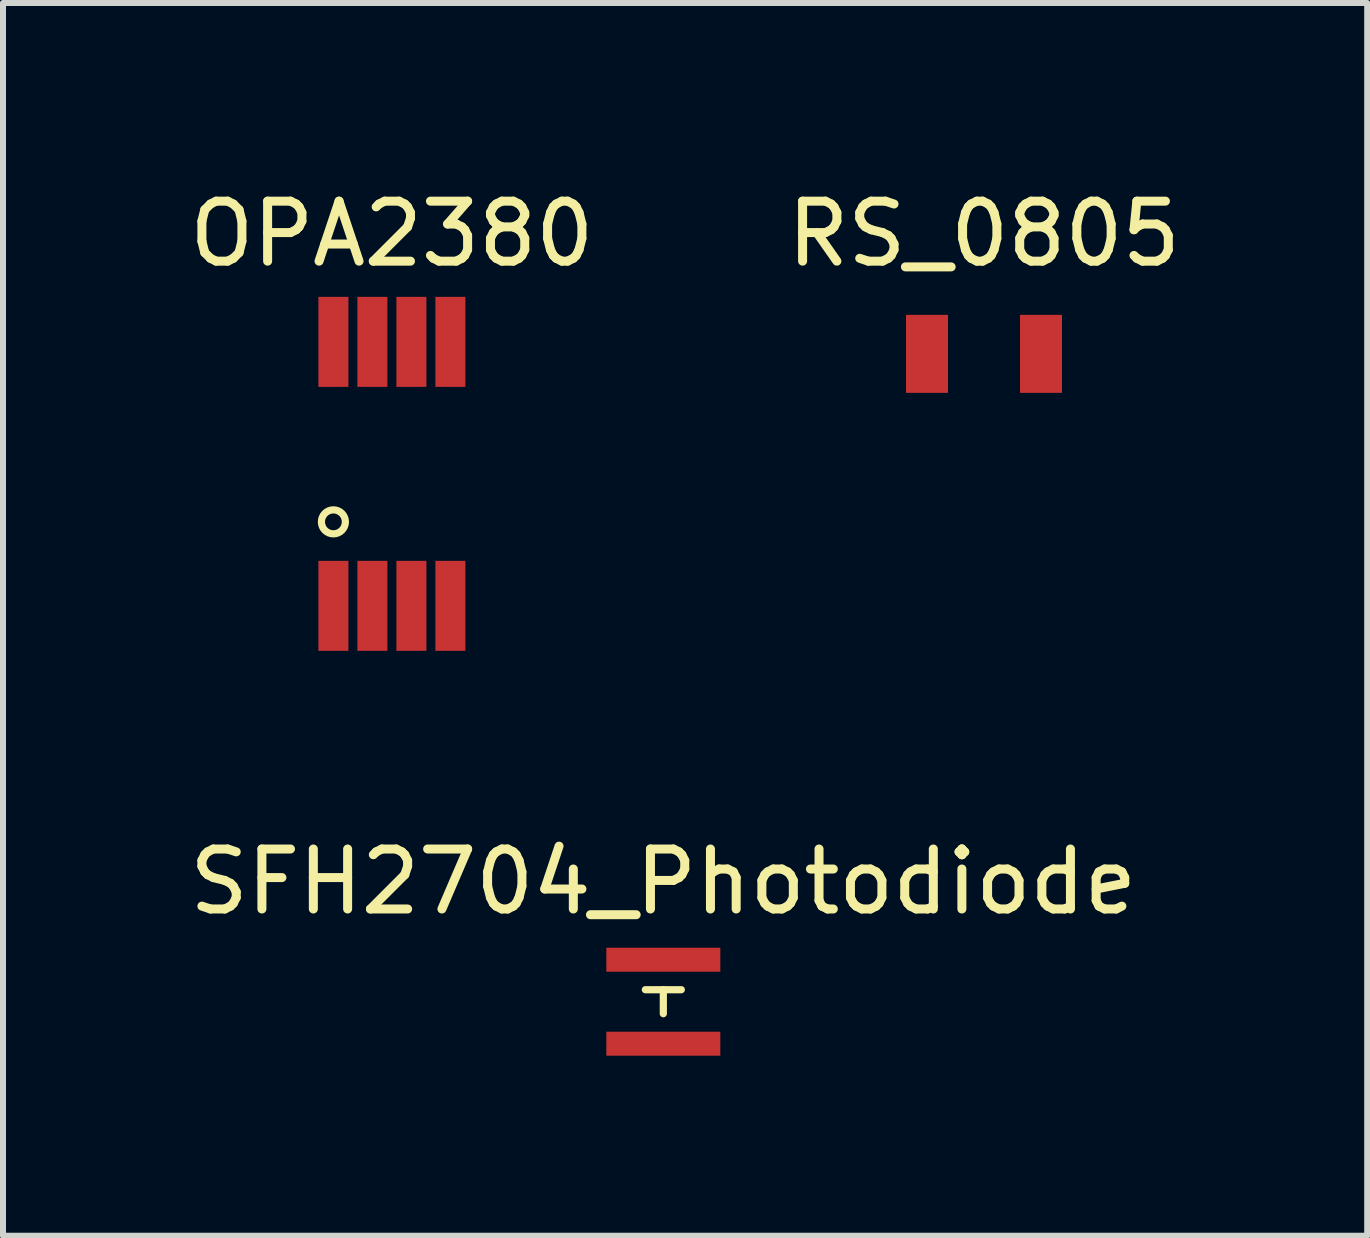
<source format=kicad_pcb>
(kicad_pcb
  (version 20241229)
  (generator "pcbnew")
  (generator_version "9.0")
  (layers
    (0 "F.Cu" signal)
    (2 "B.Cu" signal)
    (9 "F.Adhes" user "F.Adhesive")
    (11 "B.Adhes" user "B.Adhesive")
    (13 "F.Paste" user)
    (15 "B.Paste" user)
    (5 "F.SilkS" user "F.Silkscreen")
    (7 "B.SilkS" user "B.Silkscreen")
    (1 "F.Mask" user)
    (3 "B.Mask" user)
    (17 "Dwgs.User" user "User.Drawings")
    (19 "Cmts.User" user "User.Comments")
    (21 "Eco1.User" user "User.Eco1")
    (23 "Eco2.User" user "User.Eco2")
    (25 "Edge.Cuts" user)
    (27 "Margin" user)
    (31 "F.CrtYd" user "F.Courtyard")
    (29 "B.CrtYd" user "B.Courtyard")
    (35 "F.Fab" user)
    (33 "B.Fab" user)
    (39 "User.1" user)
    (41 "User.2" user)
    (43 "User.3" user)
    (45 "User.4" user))
  (footprint "SFH2704_Photodiode"
    (layer "F.Cu")
    (at 8.006 13.646)
    (property "Reference" "SFH2704_Photodiode" (at 0 -2 0) (layer "F.SilkS") (effects (font (size 1 1) (thickness 0.15))))
    (attr smd)
    (fp_line (start -0.3 -0.2) (end 0.3 -0.2) (stroke (width 0.12) (type solid)) (layer "F.SilkS"))
    (fp_line (start 0 -0.2) (end 0 0.2) (stroke (width 0.12) (type solid)) (layer "F.SilkS"))
    (pad "1" smd rect (at 0 -0.7) (size 1.9 0.4) (layers "F.Cu" "F.Mask" "F.Paste"))
    (pad "2" smd rect (at 0 0.7) (size 1.9 0.4) (layers "F.Cu" "F.Mask" "F.Paste")))
  (footprint "OPA2380"
    (layer "F.Cu")
    (at 3.482 4.848)
    (property "Reference" "OPA2380" (at 0 -4 0) (layer "F.SilkS") (effects (font (size 1 1) (thickness 0.15))))
    (attr smd)
    (fp_circle (center -0.975 0.8) (end -0.775 0.8) (stroke (width 0.12) (type solid)) (fill no) (layer "F.SilkS"))
    (pad "1" smd rect (at -0.975 2.2) (size 0.5 1.5) (layers "F.Cu" "F.Mask" "F.Paste"))
    (pad "2" smd rect (at -0.325 2.2) (size 0.5 1.5) (layers "F.Cu" "F.Mask" "F.Paste"))
    (pad "3" smd rect (at 0.325 2.2) (size 0.5 1.5) (layers "F.Cu" "F.Mask" "F.Paste"))
    (pad "4" smd rect (at 0.975 2.2) (size 0.5 1.5) (layers "F.Cu" "F.Mask" "F.Paste"))
    (pad "5" smd rect (at 0.975 -2.2) (size 0.5 1.5) (layers "F.Cu" "F.Mask" "F.Paste"))
    (pad "6" smd rect (at 0.325 -2.2) (size 0.5 1.5) (layers "F.Cu" "F.Mask" "F.Paste"))
    (pad "7" smd rect (at -0.325 -2.2) (size 0.5 1.5) (layers "F.Cu" "F.Mask" "F.Paste"))
    (pad "8" smd rect (at -0.975 -2.2) (size 0.5 1.5) (layers "F.Cu" "F.Mask" "F.Paste")))
  (footprint "RS_0805"
    (layer "F.Cu")
    (at 13.351 2.848)
    (property "Reference" "RS_0805" (at 0 -2 0) (layer "F.SilkS") (effects (font (size 1 1) (thickness 0.15))))
    (attr through_hole)
    (pad "1" smd rect (at -0.95 0) (size 0.7 1.3) (layers "F.Cu" "F.Mask" "F.Paste"))
    (pad "2" smd rect (at 0.95 0) (size 0.7 1.3) (layers "F.Cu" "F.Mask" "F.Paste")))
  (gr_rect
    (start -3 -3)
    (end 19.738 17.547)
    (stroke (width 0.1) (type default))
    (fill no)
    (layer "Edge.Cuts")))
</source>
